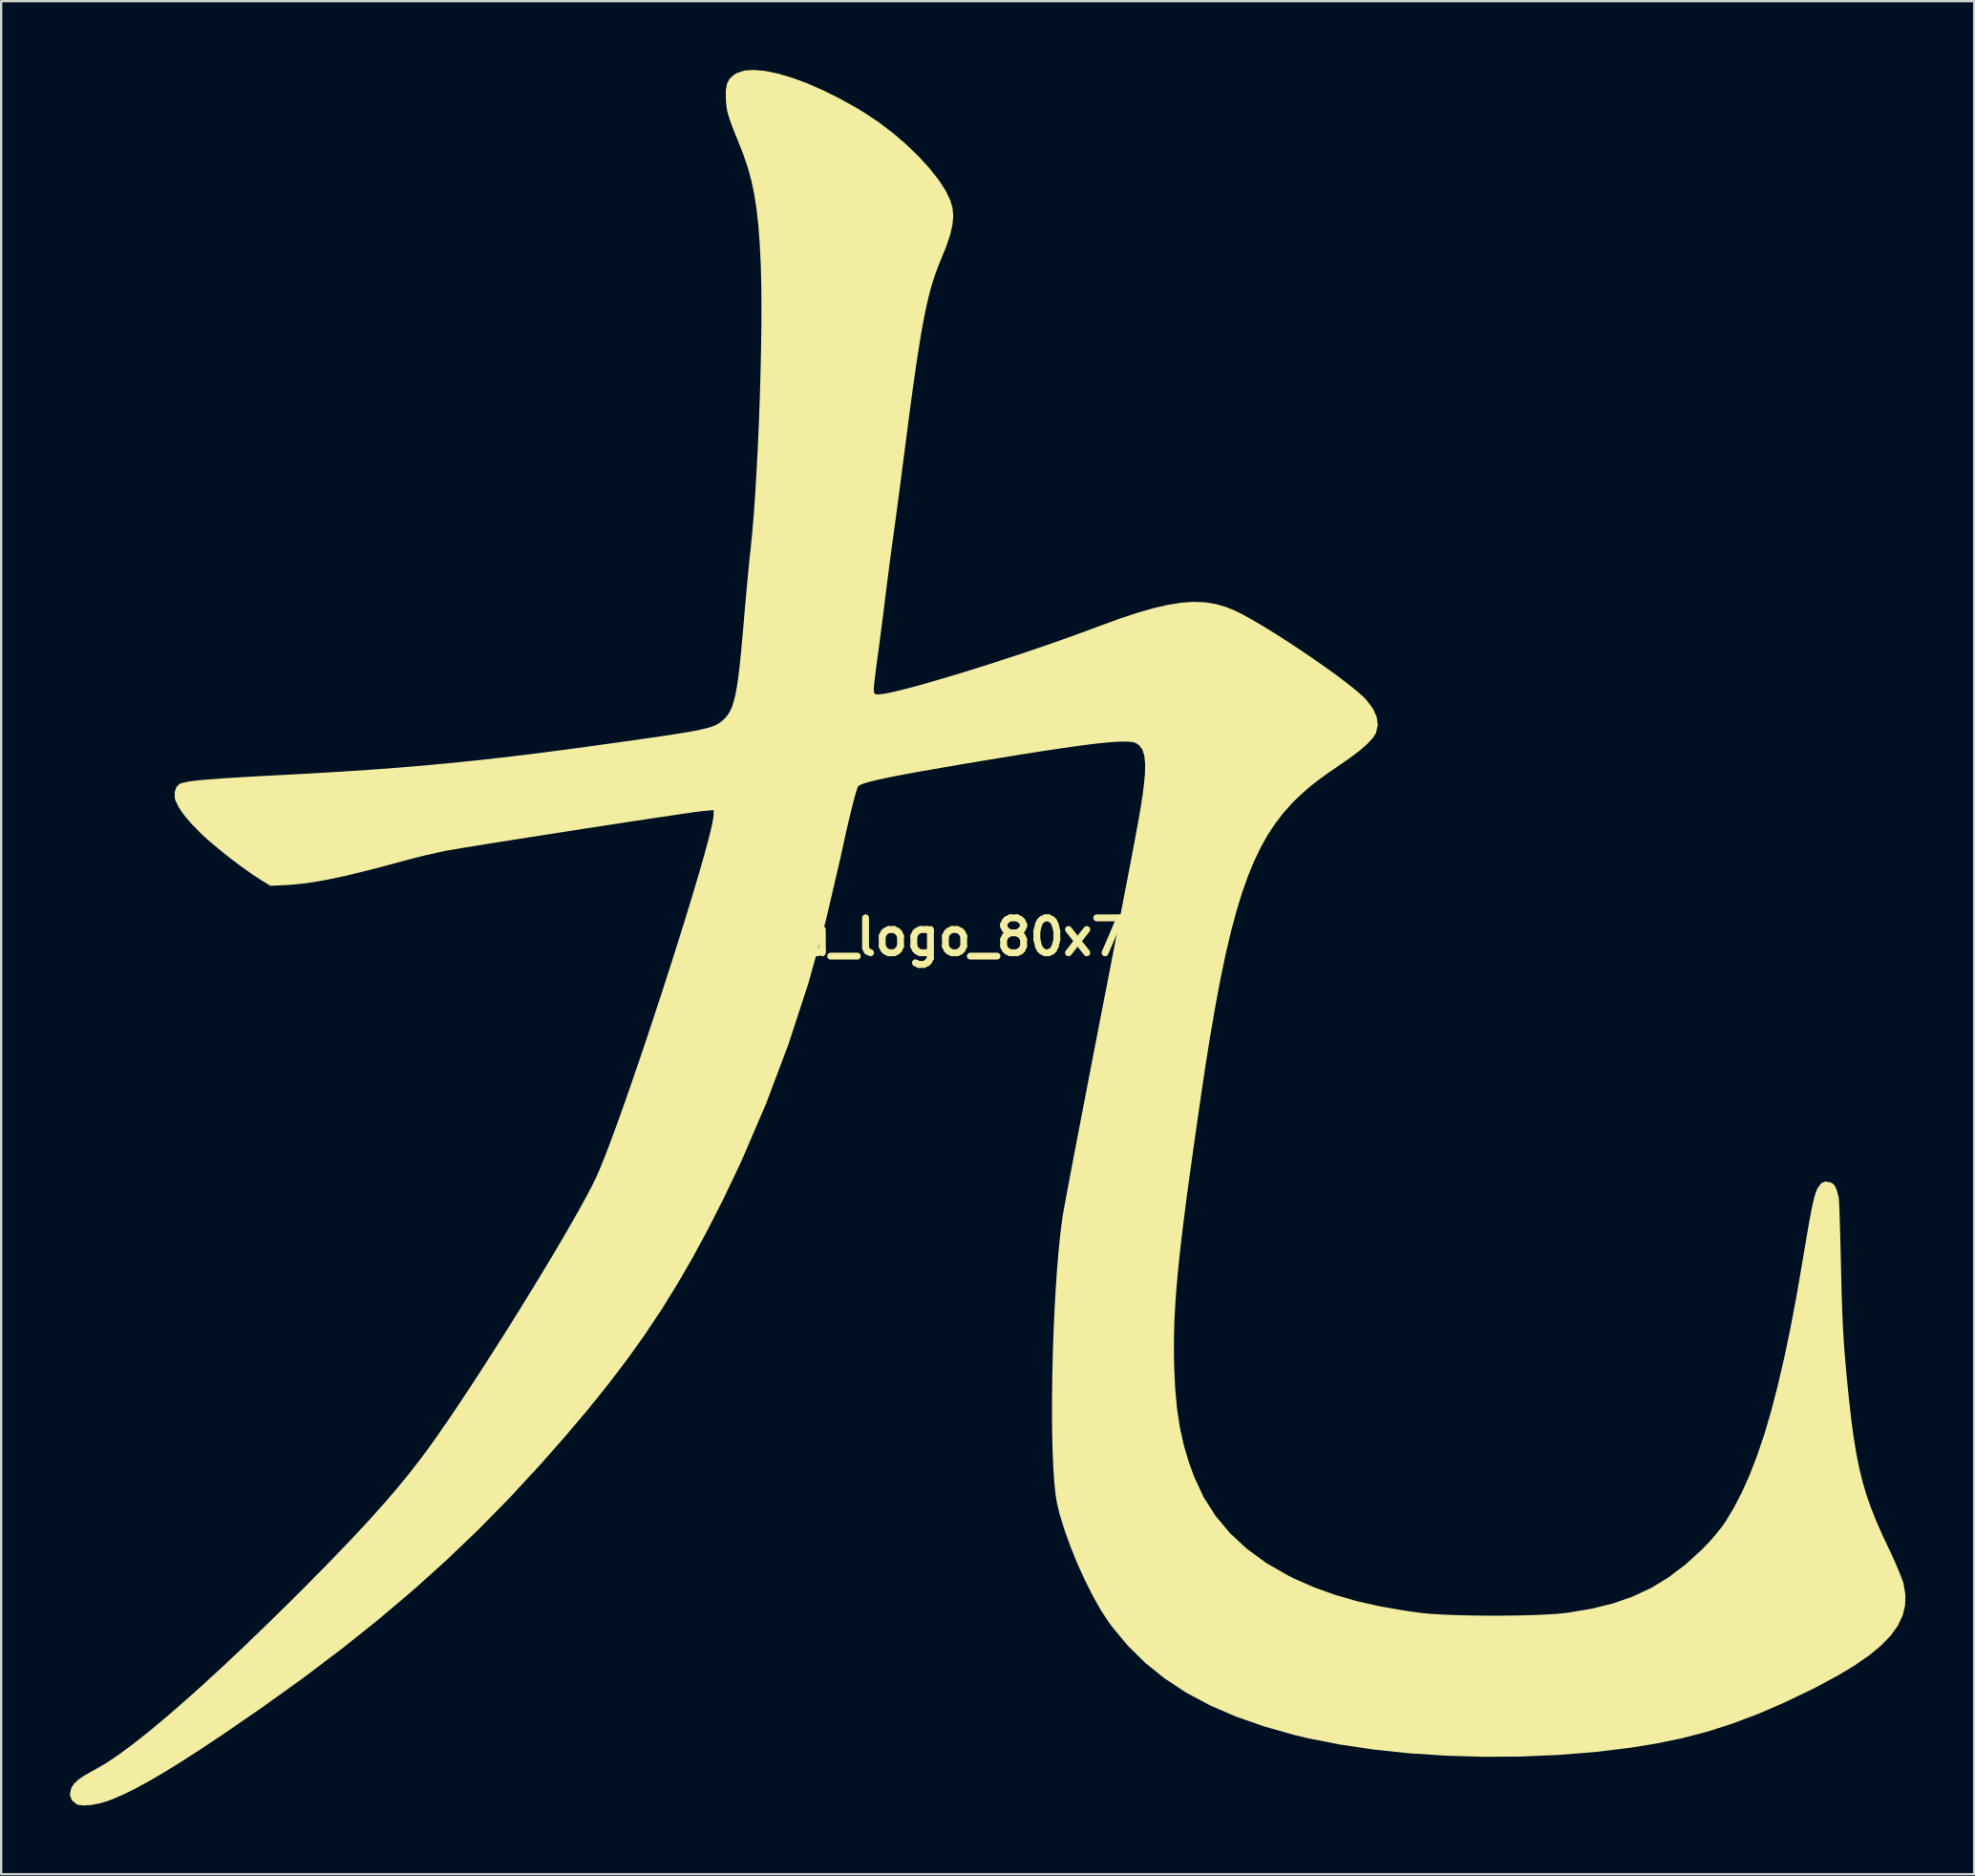
<source format=kicad_pcb>
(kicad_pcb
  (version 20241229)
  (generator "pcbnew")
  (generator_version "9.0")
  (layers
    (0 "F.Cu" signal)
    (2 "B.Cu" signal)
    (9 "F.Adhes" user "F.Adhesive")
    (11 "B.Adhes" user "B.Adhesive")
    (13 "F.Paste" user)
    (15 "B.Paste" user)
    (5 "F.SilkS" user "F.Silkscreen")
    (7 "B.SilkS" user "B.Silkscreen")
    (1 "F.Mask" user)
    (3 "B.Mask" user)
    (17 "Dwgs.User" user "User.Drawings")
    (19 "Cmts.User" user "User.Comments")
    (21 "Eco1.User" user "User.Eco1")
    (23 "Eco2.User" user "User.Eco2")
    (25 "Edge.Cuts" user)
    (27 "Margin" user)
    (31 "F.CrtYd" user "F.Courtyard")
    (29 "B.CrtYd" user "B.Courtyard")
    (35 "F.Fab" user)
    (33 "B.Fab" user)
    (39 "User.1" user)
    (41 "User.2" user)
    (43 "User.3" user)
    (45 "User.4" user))
  (footprint "jiu_logo_80x75.6"
    (layer "F.Cu")
    (at 40.019 37.83)
    (property "Reference" "jiu_logo_80x75.6" (at 0 0 180) (layer "F.SilkS") (effects (font (size 1.524 1.524) (thickness 0.3))))
    (attr through_hole)
    (fp_poly (pts (xy -9.682 -37.785) (xy -9.124 -37.67) (xy -8.508 -37.488) (xy -7.844 -37.243) (xy -7.143 -36.937) (xy -6.417 -36.575) (xy -5.674 -36.16) (xy -5.346 -35.962) (xy -4.716 -35.542) (xy -4.104 -35.075) (xy -3.523 -34.577) (xy -2.988 -34.061) (xy -2.513 -33.542) (xy -2.112 -33.035) (xy -1.799 -32.554) (xy -1.596 -32.13) (xy -1.503 -31.804) (xy -1.472 -31.46) (xy -1.504 -31.08) (xy -1.604 -30.647) (xy -1.772 -30.142) (xy -1.993 -29.597) (xy -2.125 -29.274) (xy -2.248 -28.943) (xy -2.364 -28.594) (xy -2.473 -28.217) (xy -2.578 -27.804) (xy -2.681 -27.343) (xy -2.783 -26.827) (xy -2.887 -26.244) (xy -2.994 -25.586) (xy -3.106 -24.844) (xy -3.225 -24.007) (xy -3.353 -23.065) (xy -3.491 -22.011) (xy -3.559 -21.487) (xy -3.639 -20.868) (xy -3.725 -20.207) (xy -3.813 -19.535) (xy -3.9 -18.885) (xy -3.98 -18.288) (xy -4.05 -17.775) (xy -4.073 -17.607) (xy -4.147 -17.063) (xy -4.227 -16.466) (xy -4.306 -15.856) (xy -4.38 -15.278) (xy -4.443 -14.773) (xy -4.458 -14.656) (xy -4.519 -14.154) (xy -4.59 -13.601) (xy -4.662 -13.044) (xy -4.731 -12.529) (xy -4.78 -12.173) (xy -4.832 -11.789) (xy -4.877 -11.434) (xy -4.911 -11.133) (xy -4.933 -10.912) (xy -4.939 -10.81) (xy -4.929 -10.659) (xy -4.875 -10.596) (xy -4.746 -10.583) (xy -4.743 -10.583) (xy -4.531 -10.604) (xy -4.209 -10.666) (xy -3.79 -10.763) (xy -3.285 -10.893) (xy -2.705 -11.053) (xy -2.061 -11.239) (xy -1.366 -11.446) (xy -0.63 -11.673) (xy 0.135 -11.915) (xy 0.917 -12.168) (xy 1.706 -12.429) (xy 2.489 -12.696) (xy 3.255 -12.963) (xy 3.993 -13.227) (xy 4.691 -13.486) (xy 4.785 -13.521) (xy 5.702 -13.858) (xy 6.519 -14.131) (xy 7.248 -14.343) (xy 7.901 -14.494) (xy 8.489 -14.587) (xy 9.024 -14.623) (xy 9.516 -14.603) (xy 9.979 -14.528) (xy 10.422 -14.4) (xy 10.795 -14.25) (xy 11.151 -14.073) (xy 11.581 -13.836) (xy 12.067 -13.55) (xy 12.595 -13.224) (xy 13.148 -12.87) (xy 13.71 -12.499) (xy 14.267 -12.12) (xy 14.801 -11.746) (xy 15.298 -11.385) (xy 15.741 -11.05) (xy 16.115 -10.751) (xy 16.403 -10.498) (xy 16.537 -10.364) (xy 16.835 -9.978) (xy 17.007 -9.603) (xy 17.054 -9.242) (xy 16.974 -8.898) (xy 16.837 -8.682) (xy 16.592 -8.42) (xy 16.249 -8.122) (xy 15.816 -7.795) (xy 15.49 -7.57) (xy 14.941 -7.195) (xy 14.482 -6.863) (xy 14.091 -6.557) (xy 13.745 -6.257) (xy 13.422 -5.947) (xy 13.292 -5.814) (xy 12.922 -5.399) (xy 12.576 -4.948) (xy 12.251 -4.455) (xy 11.947 -3.914) (xy 11.66 -3.317) (xy 11.389 -2.658) (xy 11.131 -1.929) (xy 10.884 -1.124) (xy 10.647 -0.237) (xy 10.417 0.74) (xy 10.192 1.814) (xy 9.97 2.99) (xy 9.748 4.277) (xy 9.525 5.68) (xy 9.372 6.703) (xy 9.175 8.05) (xy 9 9.279) (xy 8.843 10.4) (xy 8.706 11.421) (xy 8.586 12.351) (xy 8.483 13.2) (xy 8.396 13.976) (xy 8.324 14.688) (xy 8.266 15.345) (xy 8.221 15.956) (xy 8.189 16.53) (xy 8.168 17.076) (xy 8.158 17.603) (xy 8.157 18.119) (xy 8.165 18.635) (xy 8.166 18.665) (xy 8.209 19.668) (xy 8.292 20.573) (xy 8.418 21.405) (xy 8.593 22.189) (xy 8.82 22.952) (xy 9.037 23.546) (xy 9.453 24.438) (xy 9.976 25.26) (xy 10.608 26.014) (xy 11.347 26.699) (xy 12.195 27.317) (xy 13.152 27.866) (xy 13.406 27.992) (xy 14.267 28.371) (xy 15.168 28.696) (xy 16.126 28.973) (xy 17.162 29.206) (xy 18.293 29.401) (xy 18.89 29.484) (xy 19.3 29.526) (xy 19.813 29.559) (xy 20.406 29.584) (xy 21.056 29.601) (xy 21.74 29.61) (xy 22.435 29.61) (xy 23.119 29.602) (xy 23.77 29.587) (xy 24.363 29.562) (xy 24.877 29.53) (xy 25.289 29.489) (xy 25.336 29.483) (xy 26.381 29.307) (xy 27.326 29.073) (xy 28.189 28.772) (xy 28.989 28.396) (xy 29.744 27.936) (xy 30.472 27.384) (xy 31.192 26.729) (xy 31.239 26.683) (xy 31.525 26.384) (xy 31.811 26.055) (xy 32.063 25.739) (xy 32.212 25.528) (xy 32.585 24.914) (xy 32.939 24.232) (xy 33.277 23.477) (xy 33.6 22.643) (xy 33.911 21.724) (xy 34.21 20.713) (xy 34.499 19.604) (xy 34.781 18.393) (xy 35.058 17.071) (xy 35.33 15.635) (xy 35.599 14.076) (xy 35.631 13.887) (xy 35.741 13.221) (xy 35.836 12.669) (xy 35.916 12.219) (xy 35.986 11.856) (xy 36.048 11.569) (xy 36.105 11.344) (xy 36.158 11.169) (xy 36.212 11.031) (xy 36.247 10.957) (xy 36.395 10.751) (xy 36.575 10.668) (xy 36.797 10.703) (xy 36.819 10.712) (xy 36.927 10.774) (xy 37.008 10.872) (xy 37.077 11.034) (xy 37.149 11.289) (xy 37.165 11.353) (xy 37.175 11.449) (xy 37.187 11.66) (xy 37.2 11.971) (xy 37.213 12.369) (xy 37.228 12.839) (xy 37.242 13.367) (xy 37.256 13.94) (xy 37.265 14.336) (xy 37.283 15.132) (xy 37.303 15.825) (xy 37.325 16.439) (xy 37.35 16.999) (xy 37.381 17.529) (xy 37.418 18.055) (xy 37.463 18.6) (xy 37.516 19.19) (xy 37.518 19.21) (xy 37.616 20.196) (xy 37.715 21.07) (xy 37.821 21.85) (xy 37.937 22.552) (xy 38.066 23.193) (xy 38.214 23.791) (xy 38.384 24.362) (xy 38.58 24.922) (xy 38.807 25.49) (xy 39.068 26.081) (xy 39.291 26.555) (xy 39.479 26.953) (xy 39.652 27.34) (xy 39.802 27.691) (xy 39.918 27.983) (xy 39.99 28.189) (xy 39.998 28.221) (xy 40.077 28.7) (xy 40.064 29.161) (xy 39.955 29.608) (xy 39.746 30.046) (xy 39.434 30.48) (xy 39.015 30.913) (xy 38.486 31.349) (xy 37.842 31.794) (xy 37.079 32.25) (xy 36.195 32.724) (xy 35.999 32.823) (xy 34.792 33.403) (xy 33.647 33.898) (xy 32.54 34.316) (xy 31.445 34.666) (xy 30.335 34.956) (xy 29.185 35.193) (xy 28.094 35.37) (xy 26.532 35.559) (xy 24.925 35.687) (xy 23.293 35.756) (xy 21.654 35.767) (xy 20.028 35.719) (xy 18.432 35.614) (xy 16.888 35.453) (xy 15.413 35.235) (xy 14.027 34.963) (xy 13.44 34.823) (xy 12.09 34.442) (xy 10.853 34.009) (xy 9.722 33.519) (xy 8.692 32.968) (xy 7.757 32.354) (xy 6.91 31.673) (xy 6.146 30.921) (xy 5.459 30.093) (xy 5.306 29.886) (xy 4.964 29.362) (xy 4.613 28.739) (xy 4.266 28.048) (xy 3.935 27.317) (xy 3.634 26.575) (xy 3.374 25.851) (xy 3.168 25.174) (xy 3.048 24.671) (xy 2.984 24.263) (xy 2.932 23.741) (xy 2.892 23.119) (xy 2.862 22.411) (xy 2.844 21.631) (xy 2.837 20.793) (xy 2.84 19.91) (xy 2.853 18.997) (xy 2.876 18.068) (xy 2.908 17.136) (xy 2.95 16.215) (xy 3.001 15.319) (xy 3.06 14.463) (xy 3.128 13.659) (xy 3.204 12.923) (xy 3.288 12.267) (xy 3.304 12.161) (xy 3.328 12.017) (xy 3.376 11.755) (xy 3.444 11.384) (xy 3.533 10.914) (xy 3.639 10.352) (xy 3.761 9.708) (xy 3.899 8.99) (xy 4.049 8.207) (xy 4.21 7.367) (xy 4.381 6.479) (xy 4.56 5.552) (xy 4.746 4.595) (xy 4.839 4.114) (xy 5.089 2.829) (xy 5.315 1.662) (xy 5.52 0.608) (xy 5.703 -0.339) (xy 5.868 -1.187) (xy 6.013 -1.942) (xy 6.142 -2.611) (xy 6.255 -3.2) (xy 6.353 -3.716) (xy 6.438 -4.165) (xy 6.511 -4.555) (xy 6.573 -4.89) (xy 6.625 -5.179) (xy 6.669 -5.428) (xy 6.705 -5.644) (xy 6.736 -5.832) (xy 6.762 -6) (xy 6.785 -6.154) (xy 6.805 -6.301) (xy 6.824 -6.447) (xy 6.832 -6.51) (xy 6.891 -7.085) (xy 6.902 -7.549) (xy 6.865 -7.911) (xy 6.778 -8.18) (xy 6.64 -8.366) (xy 6.478 -8.467) (xy 6.338 -8.504) (xy 6.136 -8.524) (xy 5.864 -8.525) (xy 5.517 -8.508) (xy 5.09 -8.471) (xy 4.576 -8.414) (xy 3.969 -8.336) (xy 3.263 -8.237) (xy 2.453 -8.115) (xy 1.532 -7.97) (xy 0.495 -7.801) (xy -0.128 -7.698) (xy -1.137 -7.528) (xy -2.024 -7.376) (xy -2.797 -7.241) (xy -3.462 -7.12) (xy -4.025 -7.013) (xy -4.492 -6.918) (xy -4.87 -6.834) (xy -5.165 -6.76) (xy -5.382 -6.695) (xy -5.529 -6.637) (xy -5.611 -6.585) (xy -5.623 -6.571) (xy -5.669 -6.463) (xy -5.737 -6.243) (xy -5.824 -5.924) (xy -5.927 -5.518) (xy -6.041 -5.038) (xy -6.165 -4.499) (xy -6.295 -3.911) (xy -6.384 -3.496) (xy -7.037 -0.696) (xy -7.799 2.036) (xy -8.67 4.7) (xy -9.649 7.296) (xy -10.737 9.824) (xy -11.512 11.449) (xy -12.172 12.746) (xy -12.832 13.967) (xy -13.504 15.129) (xy -14.198 16.249) (xy -14.927 17.344) (xy -15.702 18.43) (xy -16.535 19.524) (xy -17.436 20.642) (xy -18.418 21.802) (xy -19.492 23.019) (xy -19.528 23.059) (xy -20.837 24.474) (xy -22.179 25.841) (xy -23.567 27.17) (xy -25.011 28.471) (xy -26.524 29.753) (xy -28.116 31.025) (xy -29.799 32.299) (xy -31.585 33.583) (xy -33.354 34.8) (xy -34.29 35.423) (xy -35.134 35.967) (xy -35.894 36.436) (xy -36.573 36.833) (xy -37.181 37.163) (xy -37.722 37.428) (xy -38.203 37.633) (xy -38.421 37.713) (xy -38.749 37.807) (xy -39.08 37.867) (xy -39.381 37.89) (xy -39.619 37.874) (xy -39.736 37.834) (xy -39.938 37.654) (xy -40.019 37.436) (xy -39.977 37.181) (xy -39.932 37.081) (xy -39.823 36.925) (xy -39.651 36.765) (xy -39.399 36.591) (xy -39.05 36.39) (xy -38.862 36.29) (xy -38.419 36.032) (xy -37.896 35.68) (xy -37.299 35.239) (xy -36.631 34.712) (xy -35.898 34.104) (xy -35.103 33.418) (xy -34.252 32.658) (xy -33.348 31.828) (xy -32.396 30.932) (xy -31.402 29.974) (xy -30.368 28.958) (xy -29.985 28.576) (xy -29.082 27.666) (xy -28.268 26.83) (xy -27.533 26.058) (xy -26.87 25.341) (xy -26.269 24.668) (xy -25.722 24.031) (xy -25.221 23.418) (xy -24.755 22.821) (xy -24.406 22.353) (xy -24.011 21.8) (xy -23.574 21.17) (xy -23.103 20.474) (xy -22.606 19.724) (xy -22.089 18.932) (xy -21.561 18.11) (xy -21.027 17.269) (xy -20.496 16.42) (xy -19.974 15.576) (xy -19.469 14.748) (xy -18.987 13.948) (xy -18.537 13.188) (xy -18.126 12.478) (xy -17.76 11.831) (xy -17.447 11.259) (xy -17.194 10.773) (xy -17.058 10.491) (xy -16.901 10.136) (xy -16.717 9.684) (xy -16.508 9.145) (xy -16.278 8.528) (xy -16.029 7.842) (xy -15.765 7.098) (xy -15.488 6.305) (xy -15.203 5.473) (xy -14.911 4.611) (xy -14.617 3.728) (xy -14.323 2.835) (xy -14.032 1.941) (xy -13.747 1.056) (xy -13.473 0.189) (xy -13.21 -0.65) (xy -12.964 -1.452) (xy -12.736 -2.207) (xy -12.53 -2.906) (xy -12.35 -3.538) (xy -12.198 -4.094) (xy -12.076 -4.565) (xy -11.99 -4.941) (xy -11.941 -5.213) (xy -11.93 -5.336) (xy -11.93 -5.535) (xy -12.395 -5.495) (xy -12.544 -5.478) (xy -12.807 -5.442) (xy -13.173 -5.39) (xy -13.63 -5.323) (xy -14.165 -5.243) (xy -14.768 -5.153) (xy -15.425 -5.053) (xy -16.126 -4.946) (xy -16.857 -4.834) (xy -17.607 -4.718) (xy -18.365 -4.601) (xy -19.117 -4.484) (xy -19.853 -4.369) (xy -20.56 -4.257) (xy -21.226 -4.152) (xy -21.84 -4.054) (xy -22.389 -3.965) (xy -22.861 -3.888) (xy -23.244 -3.823) (xy -23.527 -3.774) (xy -23.641 -3.753) (xy -24.037 -3.671) (xy -24.499 -3.566) (xy -24.97 -3.45) (xy -25.394 -3.338) (xy -25.405 -3.335) (xy -26.394 -3.066) (xy -27.274 -2.841) (xy -28.056 -2.655) (xy -28.751 -2.508) (xy -29.37 -2.397) (xy -29.925 -2.32) (xy -30.427 -2.274) (xy -30.563 -2.267) (xy -31.269 -2.233) (xy -31.67 -2.479) (xy -32.093 -2.756) (xy -32.572 -3.097) (xy -33.073 -3.477) (xy -33.562 -3.868) (xy -34.005 -4.245) (xy -34.273 -4.49) (xy -34.693 -4.915) (xy -35.029 -5.308) (xy -35.272 -5.661) (xy -35.416 -5.963) (xy -35.444 -6.07) (xy -35.449 -6.321) (xy -35.375 -6.535) (xy -35.24 -6.677) (xy -35.157 -6.71) (xy -34.993 -6.747) (xy -34.893 -6.77) (xy -34.704 -6.802) (xy -34.392 -6.837) (xy -33.958 -6.875) (xy -33.408 -6.916) (xy -32.745 -6.959) (xy -31.973 -7.004) (xy -31.095 -7.051) (xy -31.012 -7.055) (xy -29.577 -7.132) (xy -28.24 -7.211) (xy -26.98 -7.293) (xy -25.778 -7.381) (xy -24.613 -7.477) (xy -23.465 -7.583) (xy -22.312 -7.701) (xy -21.136 -7.832) (xy -19.915 -7.979) (xy -18.629 -8.144) (xy -17.258 -8.328) (xy -15.781 -8.534) (xy -15.779 -8.534) (xy -14.974 -8.649) (xy -14.286 -8.748) (xy -13.704 -8.836) (xy -13.218 -8.914) (xy -12.816 -8.984) (xy -12.49 -9.05) (xy -12.227 -9.113) (xy -12.018 -9.175) (xy -11.852 -9.24) (xy -11.719 -9.31) (xy -11.607 -9.387) (xy -11.507 -9.473) (xy -11.451 -9.527) (xy -11.333 -9.662) (xy -11.229 -9.821) (xy -11.137 -10.016) (xy -11.055 -10.258) (xy -10.981 -10.556) (xy -10.913 -10.922) (xy -10.848 -11.367) (xy -10.785 -11.901) (xy -10.721 -12.536) (xy -10.654 -13.282) (xy -10.614 -13.758) (xy -10.566 -14.318) (xy -10.515 -14.896) (xy -10.463 -15.463) (xy -10.413 -15.992) (xy -10.367 -16.452) (xy -10.328 -16.816) (xy -10.325 -16.837) (xy -10.251 -17.559) (xy -10.181 -18.389) (xy -10.116 -19.309) (xy -10.056 -20.3) (xy -10.002 -21.342) (xy -9.954 -22.415) (xy -9.914 -23.502) (xy -9.882 -24.581) (xy -9.859 -25.635) (xy -9.845 -26.643) (xy -9.841 -27.587) (xy -9.849 -28.448) (xy -9.867 -29.205) (xy -9.873 -29.365) (xy -9.919 -30.271) (xy -9.98 -31.068) (xy -10.059 -31.777) (xy -10.159 -32.417) (xy -10.285 -33.008) (xy -10.439 -33.569) (xy -10.626 -34.121) (xy -10.788 -34.54) (xy -10.973 -34.997) (xy -11.115 -35.357) (xy -11.219 -35.64) (xy -11.292 -35.869) (xy -11.341 -36.063) (xy -11.371 -36.245) (xy -11.389 -36.435) (xy -11.397 -36.561) (xy -11.398 -36.944) (xy -11.346 -37.231) (xy -11.231 -37.446) (xy -11.041 -37.616) (xy -10.903 -37.698) (xy -10.582 -37.802) (xy -10.172 -37.83)) (stroke (width 0) (type solid)) (fill yes) (layer "F.SilkS")))
  (gr_rect
    (start -3 -3)
    (end 83.096 78.721)
    (stroke (width 0.1) (type default))
    (fill no)
    (layer "Edge.Cuts")))
</source>
